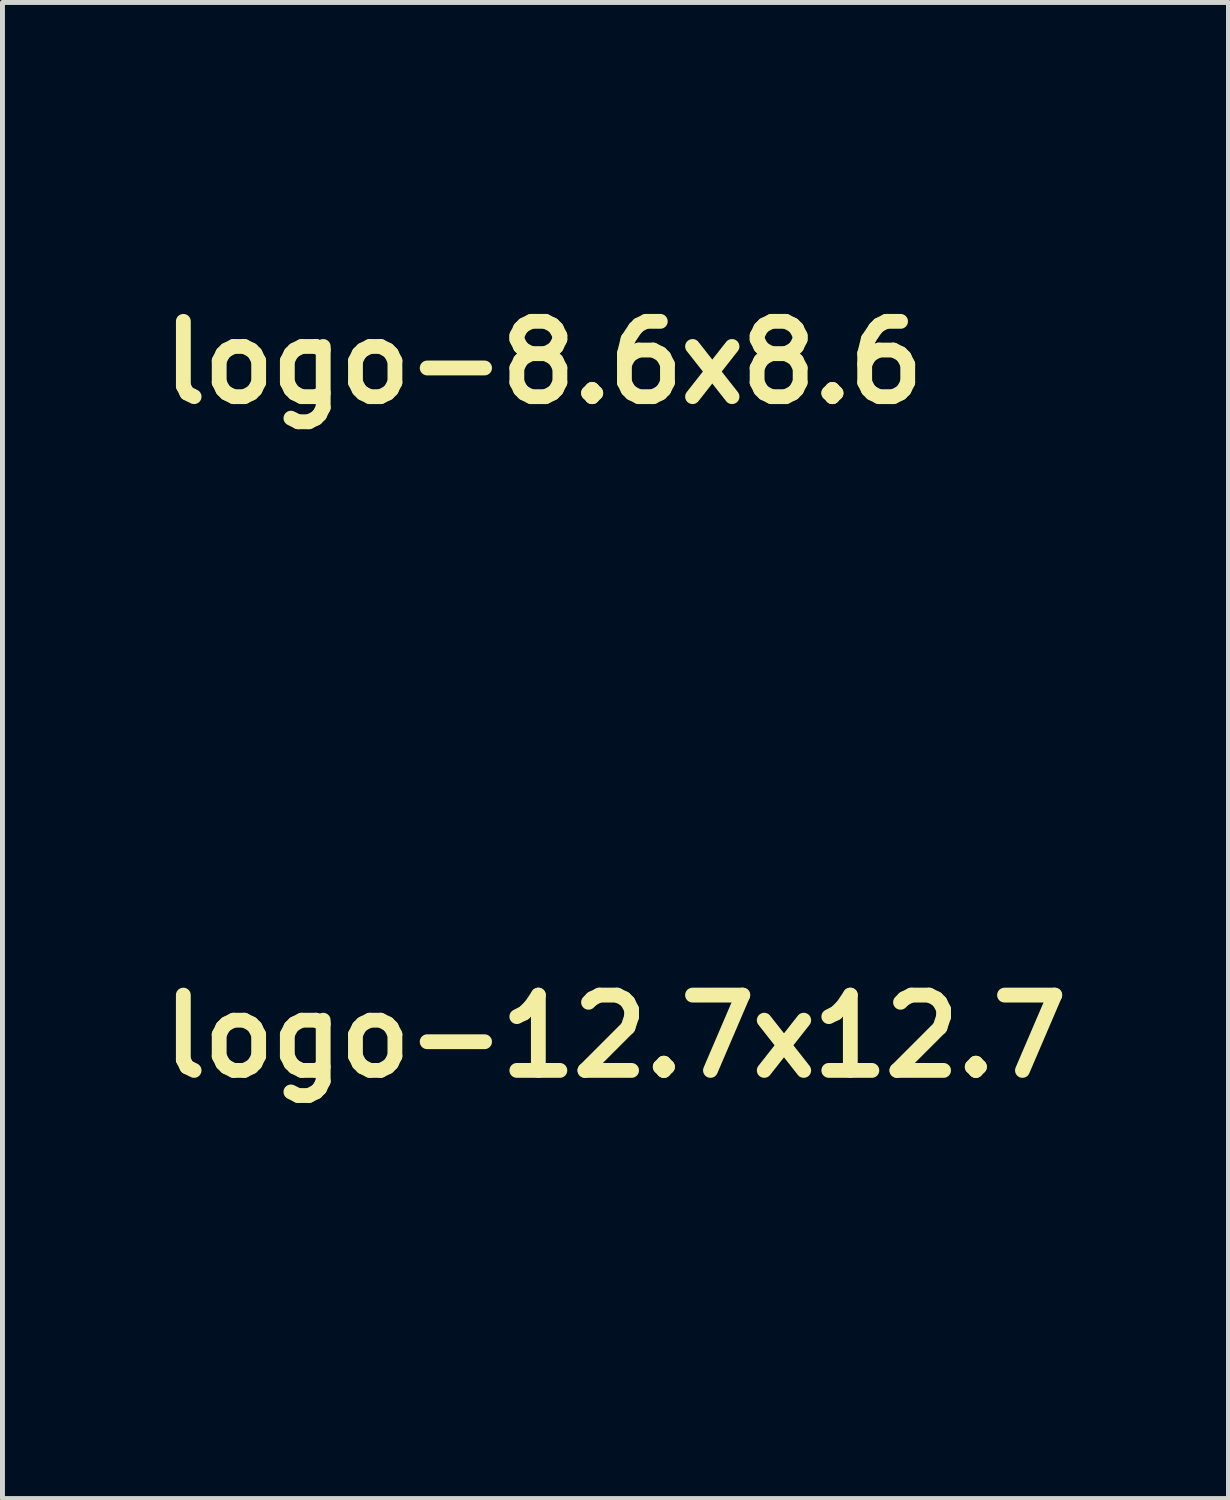
<source format=kicad_pcb>
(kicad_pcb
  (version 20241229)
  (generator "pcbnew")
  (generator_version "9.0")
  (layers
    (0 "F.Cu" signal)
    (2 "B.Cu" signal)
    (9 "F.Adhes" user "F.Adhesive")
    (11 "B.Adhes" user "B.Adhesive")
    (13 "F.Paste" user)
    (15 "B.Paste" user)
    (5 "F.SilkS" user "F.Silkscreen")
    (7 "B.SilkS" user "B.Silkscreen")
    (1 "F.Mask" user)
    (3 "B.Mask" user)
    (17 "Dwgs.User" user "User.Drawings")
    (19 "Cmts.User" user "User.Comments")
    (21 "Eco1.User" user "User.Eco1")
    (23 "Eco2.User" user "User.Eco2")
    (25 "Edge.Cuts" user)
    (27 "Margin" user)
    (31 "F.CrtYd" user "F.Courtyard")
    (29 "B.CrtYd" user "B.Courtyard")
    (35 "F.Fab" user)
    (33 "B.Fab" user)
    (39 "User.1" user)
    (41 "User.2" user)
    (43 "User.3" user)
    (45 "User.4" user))
  (footprint "logo-12.7x12.7"
    (layer "F.Cu")
    (at 9.405 17.923)
    (property "Reference" "logo-12.7x12.7" (at 0 0 0) (layer "F.SilkS") (effects (font (size 1.524 1.524) (thickness 0.3))))
    (attr through_hole)
    (fp_poly (pts (xy -6.325 6.288) (xy -6.338 6.3) (xy -6.35 6.288) (xy -6.338 6.276) (xy -6.325 6.288)) (stroke (width 0.01) (type solid)) (fill no) (layer "Eco2.User"))
    (fp_poly (pts (xy 5.416 -5.399) (xy 5.385 -5.334) (xy 5.333 -5.229) (xy 5.263 -5.086) (xy 5.174 -4.907) (xy 5.068 -4.693) (xy 4.947 -4.448) (xy 4.81 -4.173) (xy 4.66 -3.871) (xy 4.496 -3.543) (xy 4.321 -3.191) (xy 4.135 -2.818) (xy 3.939 -2.426) (xy 3.734 -2.016) (xy 3.522 -1.592) (xy 3.302 -1.154) (xy 3.17 -0.889) (xy 0.905 3.634) (xy -2.257 4.991) (xy -2.633 5.152) (xy -2.996 5.308) (xy -3.344 5.458) (xy -3.675 5.599) (xy -3.984 5.732) (xy -4.271 5.855) (xy -4.532 5.967) (xy -4.765 6.067) (xy -4.967 6.153) (xy -5.136 6.225) (xy -5.268 6.282) (xy -5.362 6.322) (xy -5.415 6.345) (xy -5.426 6.349) (xy -5.432 6.332) (xy -5.432 6.331) (xy -5.425 6.306) (xy -5.402 6.236) (xy -5.366 6.125) (xy -5.317 5.977) (xy -5.256 5.792) (xy -5.185 5.576) (xy -5.104 5.331) (xy -5.014 5.059) (xy -4.916 4.763) (xy -4.811 4.448) (xy -4.7 4.115) (xy -4.585 3.767) (xy -4.532 3.609) (xy -3.631 0.905) (xy 0.893 -2.263) (xy 1.318 -2.561) (xy 1.733 -2.852) (xy 2.136 -3.133) (xy 2.524 -3.404) (xy 2.896 -3.664) (xy 3.249 -3.911) (xy 3.583 -4.144) (xy 3.895 -4.362) (xy 4.183 -4.563) (xy 4.446 -4.746) (xy 4.682 -4.91) (xy 4.889 -5.053) (xy 5.065 -5.175) (xy 5.208 -5.274) (xy 5.317 -5.349) (xy 5.389 -5.398) (xy 5.423 -5.421) (xy 5.426 -5.422) (xy 5.416 -5.399)) (stroke (width 0.01) (type solid)) (fill no) (layer "Eco2.User"))
    (fp_poly (pts (xy 6.339 -5.398) (xy 6.327 -5.327) (xy 6.307 -5.213) (xy 6.28 -5.059) (xy 6.246 -4.867) (xy 6.205 -4.64) (xy 6.159 -4.381) (xy 6.107 -4.093) (xy 6.05 -3.778) (xy 5.989 -3.44) (xy 5.924 -3.081) (xy 5.856 -2.704) (xy 5.785 -2.311) (xy 5.711 -1.907) (xy 5.636 -1.492) (xy 5.559 -1.07) (xy 5.482 -0.645) (xy 5.404 -0.218) (xy 5.326 0.207) (xy 5.25 0.629) (xy 5.174 1.043) (xy 5.1 1.447) (xy 5.029 1.838) (xy 4.96 2.214) (xy 4.894 2.572) (xy 4.833 2.909) (xy 4.775 3.222) (xy 4.722 3.508) (xy 4.675 3.765) (xy 4.633 3.99) (xy 4.598 4.179) (xy 4.57 4.331) (xy 4.549 4.442) (xy 4.535 4.51) (xy 4.53 4.532) (xy 4.505 4.538) (xy 4.434 4.555) (xy 4.32 4.581) (xy 4.164 4.617) (xy 3.971 4.661) (xy 3.741 4.713) (xy 3.479 4.772) (xy 3.185 4.837) (xy 2.864 4.91) (xy 2.516 4.987) (xy 2.146 5.07) (xy 1.755 5.157) (xy 1.346 5.248) (xy 0.921 5.343) (xy 0.504 5.435) (xy 0.066 5.533) (xy -0.359 5.627) (xy -0.769 5.718) (xy -1.16 5.805) (xy -1.532 5.888) (xy -1.88 5.965) (xy -2.203 6.037) (xy -2.498 6.102) (xy -2.762 6.161) (xy -2.993 6.212) (xy -3.188 6.256) (xy -3.345 6.29) (xy -3.461 6.316) (xy -3.533 6.332) (xy -3.559 6.338) (xy -3.574 6.338) (xy -3.547 6.322) (xy -3.535 6.316) (xy -3.501 6.303) (xy -3.425 6.274) (xy -3.308 6.231) (xy -3.154 6.174) (xy -2.966 6.106) (xy -2.748 6.026) (xy -2.502 5.936) (xy -2.232 5.837) (xy -1.941 5.731) (xy -1.632 5.619) (xy -1.308 5.501) (xy -1.053 5.408) (xy 1.355 4.534) (xy 3.845 -0.448) (xy 4.079 -0.915) (xy 4.306 -1.369) (xy 4.527 -1.811) (xy 4.74 -2.236) (xy 4.944 -2.643) (xy 5.138 -3.031) (xy 5.321 -3.396) (xy 5.493 -3.738) (xy 5.652 -4.054) (xy 5.797 -4.343) (xy 5.927 -4.602) (xy 6.041 -4.829) (xy 6.138 -5.022) (xy 6.218 -5.18) (xy 6.279 -5.3) (xy 6.32 -5.38) (xy 6.341 -5.419) (xy 6.343 -5.423) (xy 6.339 -5.398)) (stroke (width 0.01) (type solid)) (fill no) (layer "Eco2.User"))
    (fp_poly (pts (xy 5.408 -6.324) (xy 5.404 -6.319) (xy 5.38 -6.303) (xy 5.317 -6.259) (xy 5.216 -6.19) (xy 5.08 -6.097) (xy 4.91 -5.981) (xy 4.708 -5.843) (xy 4.476 -5.684) (xy 4.215 -5.506) (xy 3.927 -5.31) (xy 3.615 -5.097) (xy 3.279 -4.868) (xy 2.922 -4.624) (xy 2.545 -4.367) (xy 2.151 -4.099) (xy 1.741 -3.819) (xy 1.316 -3.529) (xy 0.879 -3.231) (xy 0.431 -2.926) (xy 0.415 -2.915) (xy -4.533 0.458) (xy -5.428 3.361) (xy -5.541 3.727) (xy -5.65 4.079) (xy -5.754 4.415) (xy -5.852 4.732) (xy -5.943 5.026) (xy -6.026 5.295) (xy -6.101 5.536) (xy -6.167 5.747) (xy -6.223 5.923) (xy -6.267 6.064) (xy -6.299 6.165) (xy -6.318 6.223) (xy -6.324 6.238) (xy -6.319 6.211) (xy -6.305 6.138) (xy -6.283 6.023) (xy -6.253 5.868) (xy -6.215 5.676) (xy -6.17 5.451) (xy -6.119 5.194) (xy -6.063 4.909) (xy -6.001 4.6) (xy -5.935 4.268) (xy -5.865 3.917) (xy -5.792 3.55) (xy -5.716 3.169) (xy -5.638 2.779) (xy -5.558 2.38) (xy -5.478 1.977) (xy -5.397 1.573) (xy -5.316 1.17) (xy -5.236 0.771) (xy -5.158 0.379) (xy -5.081 -0.002) (xy -5.007 -0.37) (xy -4.936 -0.723) (xy -4.869 -1.056) (xy -4.806 -1.368) (xy -4.749 -1.654) (xy -4.696 -1.913) (xy -4.65 -2.142) (xy -4.61 -2.336) (xy -4.578 -2.495) (xy -4.554 -2.613) (xy -4.538 -2.689) (xy -4.531 -2.72) (xy -4.53 -2.721) (xy -4.507 -2.73) (xy -4.439 -2.755) (xy -4.33 -2.795) (xy -4.182 -2.849) (xy -3.999 -2.917) (xy -3.781 -2.996) (xy -3.533 -3.087) (xy -3.257 -3.188) (xy -2.955 -3.298) (xy -2.63 -3.416) (xy -2.284 -3.542) (xy -1.921 -3.675) (xy -1.543 -3.812) (xy -1.153 -3.955) (xy -0.752 -4.1) (xy -0.345 -4.249) (xy 0.068 -4.399) (xy 0.482 -4.55) (xy 0.895 -4.7) (xy 1.305 -4.849) (xy 1.709 -4.997) (xy 2.105 -5.14) (xy 2.489 -5.28) (xy 2.86 -5.415) (xy 3.214 -5.544) (xy 3.549 -5.665) (xy 3.862 -5.779) (xy 4.151 -5.884) (xy 4.413 -5.979) (xy 4.645 -6.063) (xy 4.845 -6.136) (xy 5.011 -6.196) (xy 5.138 -6.242) (xy 5.226 -6.273) (xy 5.259 -6.285) (xy 5.339 -6.311) (xy 5.391 -6.325) (xy 5.408 -6.324)) (stroke (width 0.01) (type solid)) (fill no) (layer "Eco2.User")))
  (footprint "logo-8.6x8.6"
    (layer "F.Cu")
    (at 7.954 4.288)
    (property "Reference" "logo-8.6x8.6" (at 0 0 0) (layer "F.SilkS") (effects (font (size 1.524 1.524) (thickness 0.3))))
    (attr through_hole)
    (fp_poly (pts (xy -4.284 4.259) (xy -4.292 4.267) (xy -4.301 4.259) (xy -4.292 4.25) (xy -4.284 4.259)) (stroke (width 0.01) (type solid)) (fill no) (layer "Eco2.User"))
    (fp_poly (pts (xy 3.668 -3.657) (xy 3.647 -3.613) (xy 3.612 -3.541) (xy 3.564 -3.444) (xy 3.504 -3.323) (xy 3.433 -3.179) (xy 3.35 -3.013) (xy 3.258 -2.826) (xy 3.156 -2.622) (xy 3.045 -2.399) (xy 2.926 -2.161) (xy 2.8 -1.909) (xy 2.667 -1.643) (xy 2.529 -1.366) (xy 2.385 -1.078) (xy 2.237 -0.781) (xy 2.147 -0.602) (xy 0.613 2.461) (xy -1.529 3.38) (xy -1.783 3.49) (xy -2.029 3.595) (xy -2.265 3.696) (xy -2.489 3.792) (xy -2.698 3.882) (xy -2.893 3.965) (xy -3.069 4.041) (xy -3.227 4.109) (xy -3.364 4.167) (xy -3.478 4.216) (xy -3.568 4.255) (xy -3.632 4.282) (xy -3.667 4.297) (xy -3.675 4.3) (xy -3.679 4.288) (xy -3.679 4.288) (xy -3.674 4.271) (xy -3.659 4.223) (xy -3.634 4.148) (xy -3.601 4.048) (xy -3.56 3.923) (xy -3.512 3.776) (xy -3.456 3.61) (xy -3.395 3.426) (xy -3.329 3.226) (xy -3.258 3.012) (xy -3.183 2.787) (xy -3.105 2.552) (xy -3.069 2.444) (xy -2.459 0.613) (xy 0.605 -1.533) (xy 0.893 -1.735) (xy 1.174 -1.931) (xy 1.447 -2.122) (xy 1.709 -2.306) (xy 1.961 -2.481) (xy 2.201 -2.649) (xy 2.427 -2.807) (xy 2.638 -2.954) (xy 2.833 -3.09) (xy 3.011 -3.214) (xy 3.171 -3.325) (xy 3.311 -3.422) (xy 3.43 -3.505) (xy 3.527 -3.572) (xy 3.601 -3.623) (xy 3.65 -3.656) (xy 3.673 -3.671) (xy 3.675 -3.672) (xy 3.668 -3.657)) (stroke (width 0.01) (type solid)) (fill no) (layer "Eco2.User"))
    (fp_poly (pts (xy 4.293 -3.656) (xy 4.285 -3.608) (xy 4.272 -3.531) (xy 4.253 -3.426) (xy 4.23 -3.296) (xy 4.203 -3.142) (xy 4.171 -2.967) (xy 4.136 -2.772) (xy 4.097 -2.559) (xy 4.056 -2.33) (xy 4.012 -2.087) (xy 3.966 -1.831) (xy 3.918 -1.565) (xy 3.868 -1.291) (xy 3.817 -1.01) (xy 3.765 -0.725) (xy 3.712 -0.437) (xy 3.66 -0.148) (xy 3.607 0.14) (xy 3.555 0.426) (xy 3.504 0.706) (xy 3.454 0.98) (xy 3.406 1.245) (xy 3.359 1.5) (xy 3.315 1.742) (xy 3.273 1.97) (xy 3.234 2.182) (xy 3.198 2.376) (xy 3.166 2.55) (xy 3.138 2.702) (xy 3.114 2.83) (xy 3.095 2.933) (xy 3.08 3.008) (xy 3.072 3.054) (xy 3.068 3.069) (xy 3.051 3.073) (xy 3.003 3.085) (xy 2.926 3.103) (xy 2.82 3.127) (xy 2.689 3.156) (xy 2.534 3.192) (xy 2.356 3.232) (xy 2.157 3.276) (xy 1.939 3.325) (xy 1.704 3.378) (xy 1.453 3.434) (xy 1.189 3.493) (xy 0.911 3.554) (xy 0.624 3.618) (xy 0.341 3.681) (xy 0.045 3.747) (xy -0.243 3.811) (xy -0.521 3.873) (xy -0.786 3.932) (xy -1.037 3.987) (xy -1.273 4.04) (xy -1.492 4.088) (xy -1.692 4.133) (xy -1.871 4.173) (xy -2.027 4.207) (xy -2.159 4.237) (xy -2.265 4.26) (xy -2.344 4.278) (xy -2.393 4.289) (xy -2.411 4.293) (xy -2.42 4.292) (xy -2.402 4.281) (xy -2.394 4.278) (xy -2.371 4.269) (xy -2.319 4.249) (xy -2.24 4.22) (xy -2.136 4.182) (xy -2.009 4.135) (xy -1.861 4.081) (xy -1.694 4.02) (xy -1.512 3.953) (xy -1.314 3.881) (xy -1.105 3.805) (xy -0.886 3.726) (xy -0.713 3.663) (xy 0.917 3.071) (xy 2.604 -0.303) (xy 2.762 -0.619) (xy 2.916 -0.927) (xy 3.066 -1.226) (xy 3.21 -1.514) (xy 3.348 -1.79) (xy 3.48 -2.052) (xy 3.604 -2.3) (xy 3.72 -2.532) (xy 3.828 -2.746) (xy 3.926 -2.941) (xy 4.014 -3.116) (xy 4.091 -3.27) (xy 4.157 -3.401) (xy 4.211 -3.508) (xy 4.253 -3.589) (xy 4.28 -3.644) (xy 4.294 -3.67) (xy 4.296 -3.673) (xy 4.293 -3.656)) (stroke (width 0.01) (type solid)) (fill no) (layer "Eco2.User"))
    (fp_poly (pts (xy 3.663 -4.283) (xy 3.66 -4.28) (xy 3.644 -4.268) (xy 3.601 -4.239) (xy 3.533 -4.192) (xy 3.441 -4.129) (xy 3.325 -4.051) (xy 3.189 -3.957) (xy 3.031 -3.85) (xy 2.854 -3.729) (xy 2.66 -3.596) (xy 2.448 -3.452) (xy 2.221 -3.297) (xy 1.979 -3.132) (xy 1.724 -2.958) (xy 1.457 -2.776) (xy 1.179 -2.586) (xy 0.891 -2.39) (xy 0.595 -2.188) (xy 0.292 -1.982) (xy 0.281 -1.974) (xy -3.07 0.31) (xy -3.676 2.276) (xy -3.753 2.524) (xy -3.826 2.763) (xy -3.897 2.99) (xy -3.963 3.205) (xy -4.025 3.404) (xy -4.081 3.586) (xy -4.132 3.749) (xy -4.177 3.892) (xy -4.214 4.012) (xy -4.244 4.107) (xy -4.266 4.175) (xy -4.279 4.215) (xy -4.283 4.225) (xy -4.28 4.206) (xy -4.27 4.157) (xy -4.255 4.079) (xy -4.235 3.974) (xy -4.209 3.844) (xy -4.179 3.691) (xy -4.144 3.518) (xy -4.106 3.325) (xy -4.064 3.115) (xy -4.02 2.891) (xy -3.972 2.653) (xy -3.923 2.404) (xy -3.871 2.147) (xy -3.818 1.882) (xy -3.764 1.612) (xy -3.71 1.339) (xy -3.655 1.065) (xy -3.6 0.792) (xy -3.546 0.522) (xy -3.493 0.257) (xy -3.441 -0.001) (xy -3.391 -0.251) (xy -3.343 -0.489) (xy -3.298 -0.715) (xy -3.255 -0.926) (xy -3.216 -1.12) (xy -3.181 -1.296) (xy -3.149 -1.45) (xy -3.122 -1.582) (xy -3.1 -1.689) (xy -3.084 -1.77) (xy -3.073 -1.821) (xy -3.068 -1.842) (xy -3.068 -1.843) (xy -3.052 -1.849) (xy -3.006 -1.866) (xy -2.933 -1.893) (xy -2.832 -1.93) (xy -2.708 -1.975) (xy -2.561 -2.029) (xy -2.393 -2.09) (xy -2.206 -2.159) (xy -2.001 -2.233) (xy -1.781 -2.314) (xy -1.547 -2.399) (xy -1.301 -2.489) (xy -1.045 -2.582) (xy -0.781 -2.678) (xy -0.509 -2.777) (xy -0.233 -2.878) (xy 0.046 -2.979) (xy 0.326 -3.081) (xy 0.606 -3.183) (xy 0.884 -3.284) (xy 1.158 -3.384) (xy 1.425 -3.481) (xy 1.686 -3.576) (xy 1.937 -3.667) (xy 2.177 -3.754) (xy 2.403 -3.837) (xy 2.616 -3.914) (xy 2.811 -3.985) (xy 2.989 -4.049) (xy 3.146 -4.106) (xy 3.282 -4.156) (xy 3.393 -4.196) (xy 3.48 -4.227) (xy 3.539 -4.249) (xy 3.561 -4.256) (xy 3.616 -4.274) (xy 3.651 -4.283) (xy 3.663 -4.283)) (stroke (width 0.01) (type solid)) (fill no) (layer "Eco2.User")))
  (gr_rect
    (start -3 -3)
    (end 21.811 27.277)
    (stroke (width 0.1) (type default))
    (fill no)
    (layer "Edge.Cuts")))
</source>
